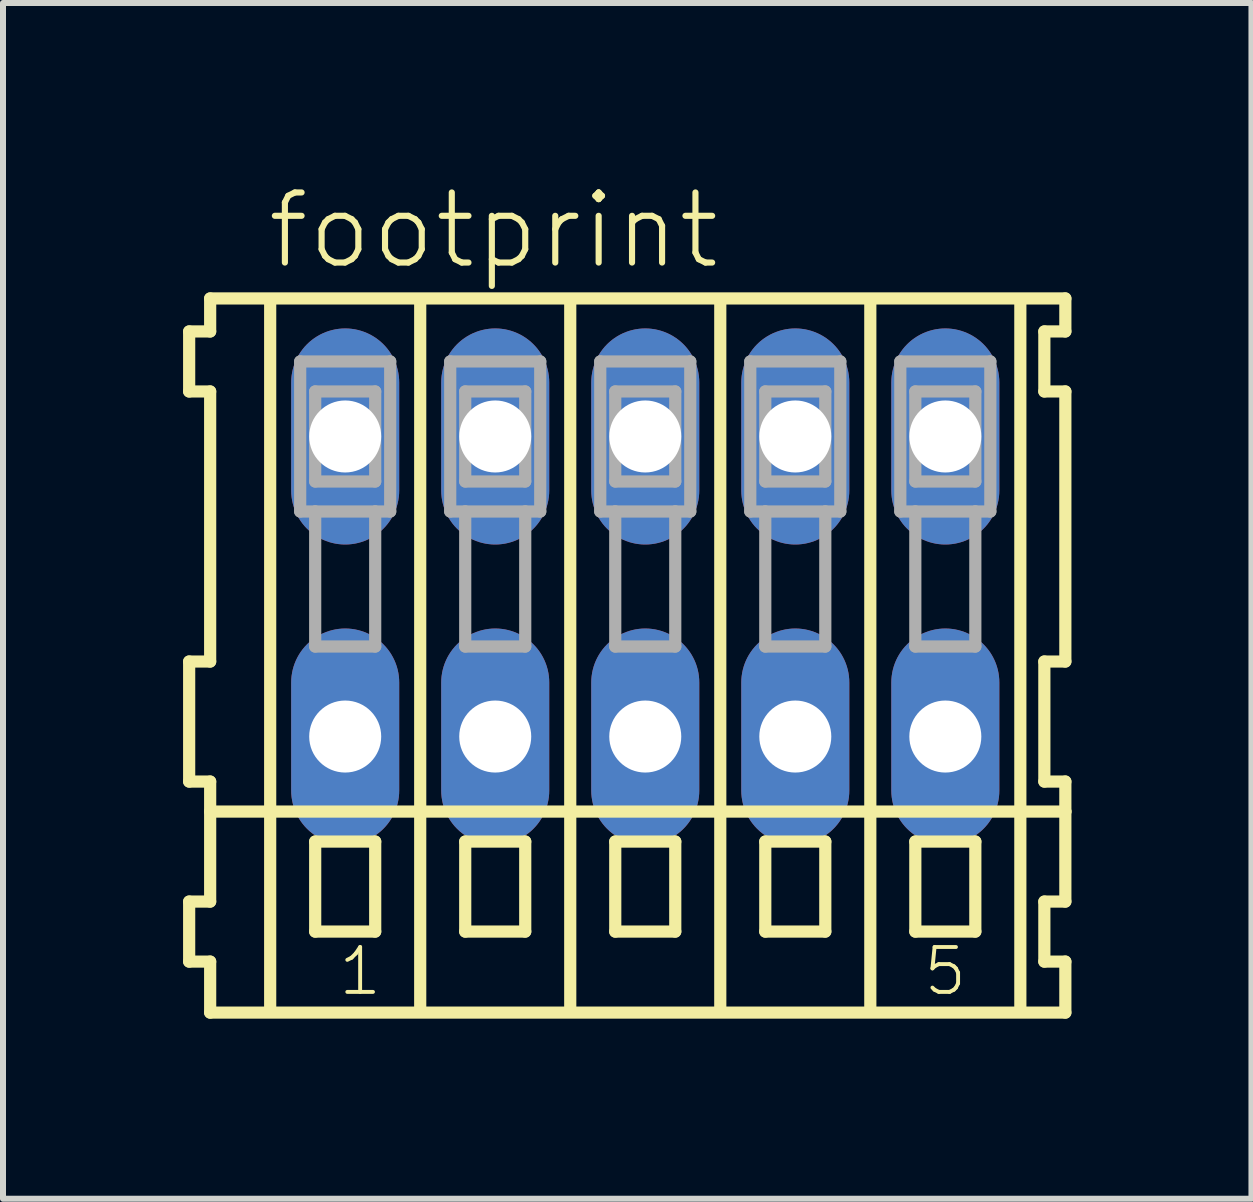
<source format=kicad_pcb>
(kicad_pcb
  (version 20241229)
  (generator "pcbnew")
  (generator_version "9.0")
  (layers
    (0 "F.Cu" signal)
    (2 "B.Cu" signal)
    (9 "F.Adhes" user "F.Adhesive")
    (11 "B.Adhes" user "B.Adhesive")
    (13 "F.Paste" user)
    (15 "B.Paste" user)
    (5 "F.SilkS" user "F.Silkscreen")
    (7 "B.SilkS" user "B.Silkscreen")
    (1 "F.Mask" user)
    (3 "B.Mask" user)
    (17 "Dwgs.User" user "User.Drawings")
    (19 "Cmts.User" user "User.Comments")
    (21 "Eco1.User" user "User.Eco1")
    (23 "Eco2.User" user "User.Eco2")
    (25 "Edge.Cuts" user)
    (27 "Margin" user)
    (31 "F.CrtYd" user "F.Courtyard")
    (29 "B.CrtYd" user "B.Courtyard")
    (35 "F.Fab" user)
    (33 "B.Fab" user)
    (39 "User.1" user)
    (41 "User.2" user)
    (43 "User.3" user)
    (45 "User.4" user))
  (footprint "footprint"
    (layer "F.Cu")
    (at 7.702 6.723)
    (property "Reference" "footprint" (at -6.35 -5.25 0) (layer "F.SilkS") (effects (font (size 1.168 1.168) (thickness 0.102)) (justify left bottom)))
    (fp_line (start -7.6 -4.25) (end -7.6 -3.25) (stroke (width 0.203) (type solid)) (layer "F.SilkS"))
    (fp_line (start -7.6 -3.25) (end -7.25 -3.25) (stroke (width 0.203) (type solid)) (layer "F.SilkS"))
    (fp_line (start -7.6 1.25) (end -7.6 3.25) (stroke (width 0.203) (type solid)) (layer "F.SilkS"))
    (fp_line (start -7.6 3.25) (end -7.25 3.25) (stroke (width 0.203) (type solid)) (layer "F.SilkS"))
    (fp_line (start -7.6 5.25) (end -7.6 6.25) (stroke (width 0.203) (type solid)) (layer "F.SilkS"))
    (fp_line (start -7.6 6.25) (end -7.25 6.25) (stroke (width 0.203) (type solid)) (layer "F.SilkS"))
    (fp_line (start -7.25 -4.8) (end -7.25 -4.25) (stroke (width 0.203) (type solid)) (layer "F.SilkS"))
    (fp_line (start -7.25 -4.25) (end -7.6 -4.25) (stroke (width 0.203) (type solid)) (layer "F.SilkS"))
    (fp_line (start -7.25 -3.25) (end -7.25 1.25) (stroke (width 0.203) (type solid)) (layer "F.SilkS"))
    (fp_line (start -7.25 1.25) (end -7.6 1.25) (stroke (width 0.203) (type solid)) (layer "F.SilkS"))
    (fp_line (start -7.25 3.25) (end -7.25 5.25) (stroke (width 0.203) (type solid)) (layer "F.SilkS"))
    (fp_line (start -7.25 3.75) (end 7 3.75) (stroke (width 0.203) (type solid)) (layer "F.SilkS"))
    (fp_line (start -7.25 5.25) (end -7.6 5.25) (stroke (width 0.203) (type solid)) (layer "F.SilkS"))
    (fp_line (start -7.25 6.25) (end -7.25 7.1) (stroke (width 0.203) (type solid)) (layer "F.SilkS"))
    (fp_line (start -7.25 7.1) (end 7 7.1) (stroke (width 0.203) (type solid)) (layer "F.SilkS"))
    (fp_line (start -6.25 -4.75) (end -6.25 7) (stroke (width 0.203) (type solid)) (layer "F.SilkS"))
    (fp_line (start -5.5 4.25) (end -5.5 5.75) (stroke (width 0.203) (type solid)) (layer "F.SilkS"))
    (fp_line (start -5.5 5.75) (end -4.5 5.75) (stroke (width 0.203) (type solid)) (layer "F.SilkS"))
    (fp_line (start -4.5 4.25) (end -5.5 4.25) (stroke (width 0.203) (type solid)) (layer "F.SilkS"))
    (fp_line (start -4.5 5.75) (end -4.5 4.25) (stroke (width 0.203) (type solid)) (layer "F.SilkS"))
    (fp_line (start -3.75 -4.75) (end -3.75 7) (stroke (width 0.203) (type solid)) (layer "F.SilkS"))
    (fp_line (start -3 4.25) (end -3 5.75) (stroke (width 0.203) (type solid)) (layer "F.SilkS"))
    (fp_line (start -3 5.75) (end -2 5.75) (stroke (width 0.203) (type solid)) (layer "F.SilkS"))
    (fp_line (start -2 4.25) (end -3 4.25) (stroke (width 0.203) (type solid)) (layer "F.SilkS"))
    (fp_line (start -2 5.75) (end -2 4.25) (stroke (width 0.203) (type solid)) (layer "F.SilkS"))
    (fp_line (start -1.25 -4.75) (end -1.25 7) (stroke (width 0.203) (type solid)) (layer "F.SilkS"))
    (fp_line (start -0.5 4.25) (end -0.5 5.75) (stroke (width 0.203) (type solid)) (layer "F.SilkS"))
    (fp_line (start -0.5 5.75) (end 0.5 5.75) (stroke (width 0.203) (type solid)) (layer "F.SilkS"))
    (fp_line (start 0.5 4.25) (end -0.5 4.25) (stroke (width 0.203) (type solid)) (layer "F.SilkS"))
    (fp_line (start 0.5 5.75) (end 0.5 4.25) (stroke (width 0.203) (type solid)) (layer "F.SilkS"))
    (fp_line (start 1.25 -4.75) (end 1.25 7) (stroke (width 0.203) (type solid)) (layer "F.SilkS"))
    (fp_line (start 2 4.25) (end 2 5.75) (stroke (width 0.203) (type solid)) (layer "F.SilkS"))
    (fp_line (start 2 5.75) (end 3 5.75) (stroke (width 0.203) (type solid)) (layer "F.SilkS"))
    (fp_line (start 3 4.25) (end 2 4.25) (stroke (width 0.203) (type solid)) (layer "F.SilkS"))
    (fp_line (start 3 5.75) (end 3 4.25) (stroke (width 0.203) (type solid)) (layer "F.SilkS"))
    (fp_line (start 3.75 -4.75) (end 3.75 7) (stroke (width 0.203) (type solid)) (layer "F.SilkS"))
    (fp_line (start 4.5 4.25) (end 4.5 5.75) (stroke (width 0.203) (type solid)) (layer "F.SilkS"))
    (fp_line (start 4.5 5.75) (end 5.5 5.75) (stroke (width 0.203) (type solid)) (layer "F.SilkS"))
    (fp_line (start 5.5 4.25) (end 4.5 4.25) (stroke (width 0.203) (type solid)) (layer "F.SilkS"))
    (fp_line (start 5.5 5.75) (end 5.5 4.25) (stroke (width 0.203) (type solid)) (layer "F.SilkS"))
    (fp_line (start 6.25 -4.75) (end 6.25 7) (stroke (width 0.203) (type solid)) (layer "F.SilkS"))
    (fp_line (start 6.65 -4.25) (end 6.65 -3.25) (stroke (width 0.203) (type solid)) (layer "F.SilkS"))
    (fp_line (start 6.65 -3.25) (end 7 -3.25) (stroke (width 0.203) (type solid)) (layer "F.SilkS"))
    (fp_line (start 6.65 1.25) (end 6.65 3.25) (stroke (width 0.203) (type solid)) (layer "F.SilkS"))
    (fp_line (start 6.65 3.25) (end 7 3.25) (stroke (width 0.203) (type solid)) (layer "F.SilkS"))
    (fp_line (start 6.65 5.25) (end 6.65 6.25) (stroke (width 0.203) (type solid)) (layer "F.SilkS"))
    (fp_line (start 6.65 6.25) (end 7 6.25) (stroke (width 0.203) (type solid)) (layer "F.SilkS"))
    (fp_line (start 7 -4.8) (end -7.25 -4.8) (stroke (width 0.203) (type solid)) (layer "F.SilkS"))
    (fp_line (start 7 -4.25) (end 6.65 -4.25) (stroke (width 0.203) (type solid)) (layer "F.SilkS"))
    (fp_line (start 7 -4.25) (end 7 -4.8) (stroke (width 0.203) (type solid)) (layer "F.SilkS"))
    (fp_line (start 7 1.25) (end 6.65 1.25) (stroke (width 0.203) (type solid)) (layer "F.SilkS"))
    (fp_line (start 7 1.25) (end 7 -3.25) (stroke (width 0.203) (type solid)) (layer "F.SilkS"))
    (fp_line (start 7 3.75) (end 7 3.25) (stroke (width 0.203) (type solid)) (layer "F.SilkS"))
    (fp_line (start 7 5.25) (end 6.65 5.25) (stroke (width 0.203) (type solid)) (layer "F.SilkS"))
    (fp_line (start 7 5.25) (end 7 3.75) (stroke (width 0.203) (type solid)) (layer "F.SilkS"))
    (fp_line (start 7 7.1) (end 7 6.25) (stroke (width 0.203) (type solid)) (layer "F.SilkS"))
    (fp_line (start -5.75 -3.75) (end -5.75 -1.25) (stroke (width 0.203) (type solid)) (layer "F.Fab"))
    (fp_line (start -5.75 -1.25) (end -5.5 -1.25) (stroke (width 0.203) (type solid)) (layer "F.Fab"))
    (fp_line (start -5.5 -3.25) (end -5.5 -1.75) (stroke (width 0.203) (type solid)) (layer "F.Fab"))
    (fp_line (start -5.5 -1.75) (end -4.5 -1.75) (stroke (width 0.203) (type solid)) (layer "F.Fab"))
    (fp_line (start -5.5 -1.25) (end -5.5 1) (stroke (width 0.203) (type solid)) (layer "F.Fab"))
    (fp_line (start -5.5 -1.25) (end -4.5 -1.25) (stroke (width 0.203) (type solid)) (layer "F.Fab"))
    (fp_line (start -5.5 1) (end -4.5 1) (stroke (width 0.203) (type solid)) (layer "F.Fab"))
    (fp_line (start -4.5 -3.25) (end -5.5 -3.25) (stroke (width 0.203) (type solid)) (layer "F.Fab"))
    (fp_line (start -4.5 -1.75) (end -4.5 -3.25) (stroke (width 0.203) (type solid)) (layer "F.Fab"))
    (fp_line (start -4.5 -1.25) (end -4.25 -1.25) (stroke (width 0.203) (type solid)) (layer "F.Fab"))
    (fp_line (start -4.5 1) (end -4.5 -1.25) (stroke (width 0.203) (type solid)) (layer "F.Fab"))
    (fp_line (start -4.25 -3.75) (end -5.75 -3.75) (stroke (width 0.203) (type solid)) (layer "F.Fab"))
    (fp_line (start -4.25 -1.25) (end -4.25 -3.75) (stroke (width 0.203) (type solid)) (layer "F.Fab"))
    (fp_line (start -3.25 -3.75) (end -3.25 -1.25) (stroke (width 0.203) (type solid)) (layer "F.Fab"))
    (fp_line (start -3.25 -1.25) (end -3 -1.25) (stroke (width 0.203) (type solid)) (layer "F.Fab"))
    (fp_line (start -3 -3.25) (end -3 -1.75) (stroke (width 0.203) (type solid)) (layer "F.Fab"))
    (fp_line (start -3 -1.75) (end -2 -1.75) (stroke (width 0.203) (type solid)) (layer "F.Fab"))
    (fp_line (start -3 -1.25) (end -3 1) (stroke (width 0.203) (type solid)) (layer "F.Fab"))
    (fp_line (start -3 -1.25) (end -2 -1.25) (stroke (width 0.203) (type solid)) (layer "F.Fab"))
    (fp_line (start -3 1) (end -2 1) (stroke (width 0.203) (type solid)) (layer "F.Fab"))
    (fp_line (start -2 -3.25) (end -3 -3.25) (stroke (width 0.203) (type solid)) (layer "F.Fab"))
    (fp_line (start -2 -1.75) (end -2 -3.25) (stroke (width 0.203) (type solid)) (layer "F.Fab"))
    (fp_line (start -2 -1.25) (end -1.75 -1.25) (stroke (width 0.203) (type solid)) (layer "F.Fab"))
    (fp_line (start -2 1) (end -2 -1.25) (stroke (width 0.203) (type solid)) (layer "F.Fab"))
    (fp_line (start -1.75 -3.75) (end -3.25 -3.75) (stroke (width 0.203) (type solid)) (layer "F.Fab"))
    (fp_line (start -1.75 -1.25) (end -1.75 -3.75) (stroke (width 0.203) (type solid)) (layer "F.Fab"))
    (fp_line (start -0.75 -3.75) (end -0.75 -1.25) (stroke (width 0.203) (type solid)) (layer "F.Fab"))
    (fp_line (start -0.75 -1.25) (end -0.5 -1.25) (stroke (width 0.203) (type solid)) (layer "F.Fab"))
    (fp_line (start -0.5 -3.25) (end -0.5 -1.75) (stroke (width 0.203) (type solid)) (layer "F.Fab"))
    (fp_line (start -0.5 -1.75) (end 0.5 -1.75) (stroke (width 0.203) (type solid)) (layer "F.Fab"))
    (fp_line (start -0.5 -1.25) (end -0.5 1) (stroke (width 0.203) (type solid)) (layer "F.Fab"))
    (fp_line (start -0.5 -1.25) (end 0.5 -1.25) (stroke (width 0.203) (type solid)) (layer "F.Fab"))
    (fp_line (start -0.5 1) (end 0.5 1) (stroke (width 0.203) (type solid)) (layer "F.Fab"))
    (fp_line (start 0.5 -3.25) (end -0.5 -3.25) (stroke (width 0.203) (type solid)) (layer "F.Fab"))
    (fp_line (start 0.5 -1.75) (end 0.5 -3.25) (stroke (width 0.203) (type solid)) (layer "F.Fab"))
    (fp_line (start 0.5 -1.25) (end 0.75 -1.25) (stroke (width 0.203) (type solid)) (layer "F.Fab"))
    (fp_line (start 0.5 1) (end 0.5 -1.25) (stroke (width 0.203) (type solid)) (layer "F.Fab"))
    (fp_line (start 0.75 -3.75) (end -0.75 -3.75) (stroke (width 0.203) (type solid)) (layer "F.Fab"))
    (fp_line (start 0.75 -1.25) (end 0.75 -3.75) (stroke (width 0.203) (type solid)) (layer "F.Fab"))
    (fp_line (start 1.75 -3.75) (end 1.75 -1.25) (stroke (width 0.203) (type solid)) (layer "F.Fab"))
    (fp_line (start 1.75 -1.25) (end 2 -1.25) (stroke (width 0.203) (type solid)) (layer "F.Fab"))
    (fp_line (start 2 -3.25) (end 2 -1.75) (stroke (width 0.203) (type solid)) (layer "F.Fab"))
    (fp_line (start 2 -1.75) (end 3 -1.75) (stroke (width 0.203) (type solid)) (layer "F.Fab"))
    (fp_line (start 2 -1.25) (end 2 1) (stroke (width 0.203) (type solid)) (layer "F.Fab"))
    (fp_line (start 2 -1.25) (end 3 -1.25) (stroke (width 0.203) (type solid)) (layer "F.Fab"))
    (fp_line (start 2 1) (end 3 1) (stroke (width 0.203) (type solid)) (layer "F.Fab"))
    (fp_line (start 3 -3.25) (end 2 -3.25) (stroke (width 0.203) (type solid)) (layer "F.Fab"))
    (fp_line (start 3 -1.75) (end 3 -3.25) (stroke (width 0.203) (type solid)) (layer "F.Fab"))
    (fp_line (start 3 -1.25) (end 3.25 -1.25) (stroke (width 0.203) (type solid)) (layer "F.Fab"))
    (fp_line (start 3 1) (end 3 -1.25) (stroke (width 0.203) (type solid)) (layer "F.Fab"))
    (fp_line (start 3.25 -3.75) (end 1.75 -3.75) (stroke (width 0.203) (type solid)) (layer "F.Fab"))
    (fp_line (start 3.25 -1.25) (end 3.25 -3.75) (stroke (width 0.203) (type solid)) (layer "F.Fab"))
    (fp_line (start 4.25 -3.75) (end 4.25 -1.25) (stroke (width 0.203) (type solid)) (layer "F.Fab"))
    (fp_line (start 4.25 -1.25) (end 4.5 -1.25) (stroke (width 0.203) (type solid)) (layer "F.Fab"))
    (fp_line (start 4.5 -3.25) (end 4.5 -1.75) (stroke (width 0.203) (type solid)) (layer "F.Fab"))
    (fp_line (start 4.5 -1.75) (end 5.5 -1.75) (stroke (width 0.203) (type solid)) (layer "F.Fab"))
    (fp_line (start 4.5 -1.25) (end 4.5 1) (stroke (width 0.203) (type solid)) (layer "F.Fab"))
    (fp_line (start 4.5 -1.25) (end 5.5 -1.25) (stroke (width 0.203) (type solid)) (layer "F.Fab"))
    (fp_line (start 4.5 1) (end 5.5 1) (stroke (width 0.203) (type solid)) (layer "F.Fab"))
    (fp_line (start 5.5 -3.25) (end 4.5 -3.25) (stroke (width 0.203) (type solid)) (layer "F.Fab"))
    (fp_line (start 5.5 -1.75) (end 5.5 -3.25) (stroke (width 0.203) (type solid)) (layer "F.Fab"))
    (fp_line (start 5.5 -1.25) (end 5.75 -1.25) (stroke (width 0.203) (type solid)) (layer "F.Fab"))
    (fp_line (start 5.5 1) (end 5.5 -1.25) (stroke (width 0.203) (type solid)) (layer "F.Fab"))
    (fp_line (start 5.75 -3.75) (end 4.25 -3.75) (stroke (width 0.203) (type solid)) (layer "F.Fab"))
    (fp_line (start 5.75 -1.25) (end 5.75 -3.75) (stroke (width 0.203) (type solid)) (layer "F.Fab"))
    (fp_text user "5" (at 4.6 6.85 0) (layer "F.SilkS") (effects (font (size 0.748 0.748) (thickness 0.065)) (justify left bottom)))
    (fp_text user "1" (at -5.15 6.85 0) (layer "F.SilkS") (effects (font (size 0.748 0.748) (thickness 0.065)) (justify left bottom)))
    (pad "A1" thru_hole oval (at -5 -2.5 90) (size 3.6 1.8) (drill 1.2) (layers "*.Cu" "*.Mask"))
    (pad "A2" thru_hole oval (at -2.5 -2.5 90) (size 3.6 1.8) (drill 1.2) (layers "*.Cu" "*.Mask"))
    (pad "A3" thru_hole oval (at 0 -2.5 90) (size 3.6 1.8) (drill 1.2) (layers "*.Cu" "*.Mask"))
    (pad "A4" thru_hole oval (at 2.5 -2.5 90) (size 3.6 1.8) (drill 1.2) (layers "*.Cu" "*.Mask"))
    (pad "A5" thru_hole oval (at 5 -2.5 90) (size 3.6 1.8) (drill 1.2) (layers "*.Cu" "*.Mask"))
    (pad "B1" thru_hole oval (at -5 2.5 90) (size 3.6 1.8) (drill 1.2) (layers "*.Cu" "*.Mask"))
    (pad "B2" thru_hole oval (at -2.5 2.5 90) (size 3.6 1.8) (drill 1.2) (layers "*.Cu" "*.Mask"))
    (pad "B3" thru_hole oval (at 0 2.5 90) (size 3.6 1.8) (drill 1.2) (layers "*.Cu" "*.Mask"))
    (pad "B4" thru_hole oval (at 2.5 2.5 90) (size 3.6 1.8) (drill 1.2) (layers "*.Cu" "*.Mask"))
    (pad "B5" thru_hole oval (at 5 2.5 90) (size 3.6 1.8) (drill 1.2) (layers "*.Cu" "*.Mask")))
  (gr_rect
    (start -3 -3)
    (end 17.803 16.925)
    (stroke (width 0.1) (type default))
    (fill no)
    (layer "Edge.Cuts")))
</source>
